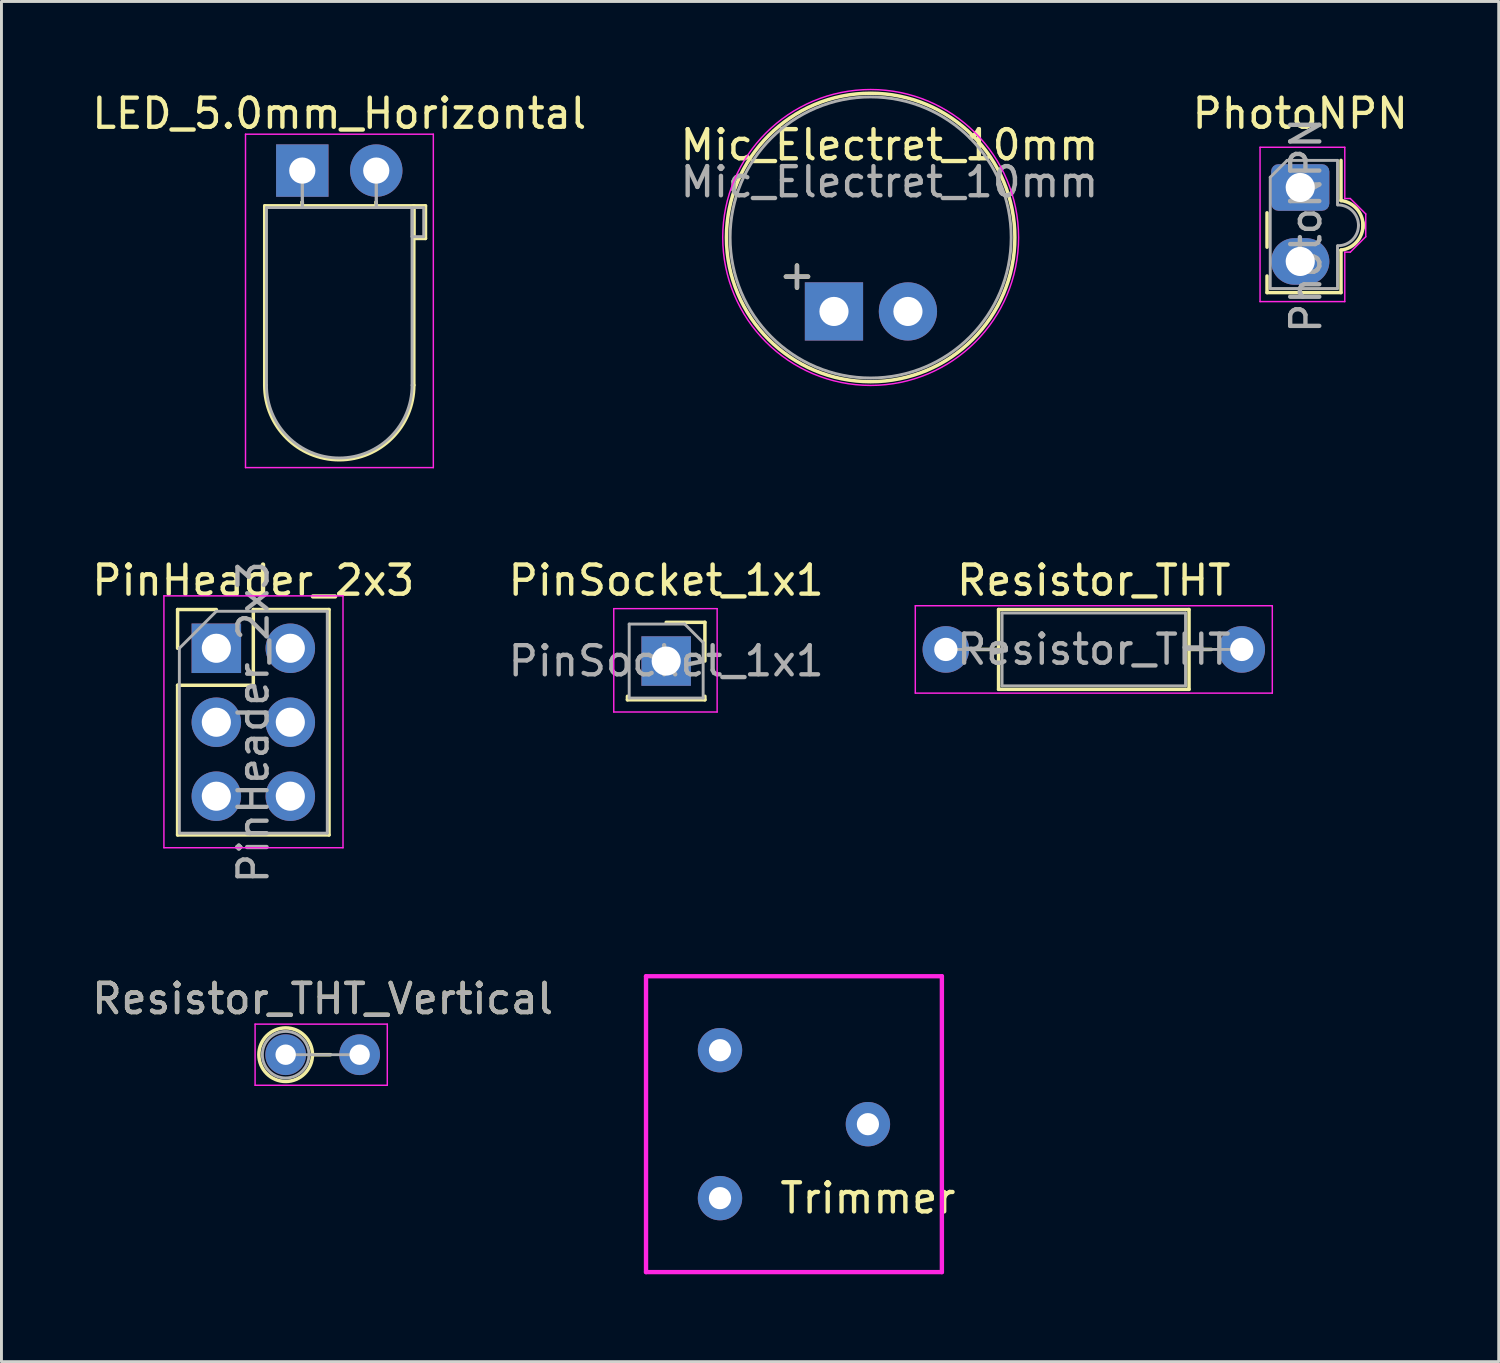
<source format=kicad_pcb>
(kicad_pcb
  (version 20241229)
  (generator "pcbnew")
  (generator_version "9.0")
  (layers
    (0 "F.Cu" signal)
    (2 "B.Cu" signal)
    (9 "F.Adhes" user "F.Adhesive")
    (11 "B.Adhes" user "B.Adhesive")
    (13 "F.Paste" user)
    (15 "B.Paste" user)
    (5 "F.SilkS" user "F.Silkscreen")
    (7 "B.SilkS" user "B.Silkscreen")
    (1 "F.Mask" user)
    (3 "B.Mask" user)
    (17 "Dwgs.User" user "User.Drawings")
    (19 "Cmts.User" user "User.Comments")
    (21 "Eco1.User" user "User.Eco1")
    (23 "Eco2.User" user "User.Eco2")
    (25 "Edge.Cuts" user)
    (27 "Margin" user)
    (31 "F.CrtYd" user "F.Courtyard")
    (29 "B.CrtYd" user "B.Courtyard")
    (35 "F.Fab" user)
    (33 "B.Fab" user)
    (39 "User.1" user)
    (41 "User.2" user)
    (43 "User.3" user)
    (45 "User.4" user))
  (footprint "Trimmer"
    (layer "F.Cu")
    (at 21.675 35.555)
    (property "Reference" "Trimmer" (at 5.08 2.54 0) (layer "F.SilkS") (effects (font (size 1 1) (thickness 0.15))))
    (attr through_hole)
    (fp_line (start -2.54 -5.08) (end -2.54 5.08) (stroke (width 0.15) (type solid)) (layer "F.CrtYd"))
    (fp_line (start -2.54 5.08) (end 7.62 5.08) (stroke (width 0.15) (type solid)) (layer "F.CrtYd"))
    (fp_line (start 7.62 -5.08) (end -2.54 -5.08) (stroke (width 0.15) (type solid)) (layer "F.CrtYd"))
    (fp_line (start 7.62 5.08) (end 7.62 -5.08) (stroke (width 0.15) (type solid)) (layer "F.CrtYd"))
    (pad "1" thru_hole circle (at 0 -2.54) (size 1.524 1.524) (drill 0.762) (layers "*.Cu" "*.Mask"))
    (pad "2" thru_hole circle (at 5.08 0) (size 1.524 1.524) (drill 0.762) (layers "*.Cu" "*.Mask"))
    (pad "3" thru_hole circle (at 0 2.54) (size 1.524 1.524) (drill 0.762) (layers "*.Cu" "*.Mask")))
  (footprint "Resistor_THT"
    (layer "F.Cu")
    (at 29.432 19.252)
    (property "Reference" "Resistor_THT" (at 5.08 -2.37 0) (layer "F.SilkS") (effects (font (size 1 1) (thickness 0.15))))
    (attr through_hole)
    (fp_line (start 1.04 0) (end 1.81 0) (stroke (width 0.12) (type solid)) (layer "F.SilkS"))
    (fp_line (start 1.81 -1.37) (end 1.81 1.37) (stroke (width 0.12) (type solid)) (layer "F.SilkS"))
    (fp_line (start 1.81 1.37) (end 8.35 1.37) (stroke (width 0.12) (type solid)) (layer "F.SilkS"))
    (fp_line (start 8.35 -1.37) (end 1.81 -1.37) (stroke (width 0.12) (type solid)) (layer "F.SilkS"))
    (fp_line (start 8.35 1.37) (end 8.35 -1.37) (stroke (width 0.12) (type solid)) (layer "F.SilkS"))
    (fp_line (start 9.12 0) (end 8.35 0) (stroke (width 0.12) (type solid)) (layer "F.SilkS"))
    (fp_line (start -1.05 -1.5) (end -1.05 1.5) (stroke (width 0.05) (type solid)) (layer "F.CrtYd"))
    (fp_line (start -1.05 1.5) (end 11.21 1.5) (stroke (width 0.05) (type solid)) (layer "F.CrtYd"))
    (fp_line (start 11.21 -1.5) (end -1.05 -1.5) (stroke (width 0.05) (type solid)) (layer "F.CrtYd"))
    (fp_line (start 11.21 1.5) (end 11.21 -1.5) (stroke (width 0.05) (type solid)) (layer "F.CrtYd"))
    (fp_line (start 0 0) (end 1.93 0) (stroke (width 0.1) (type solid)) (layer "F.Fab"))
    (fp_line (start 1.93 -1.25) (end 1.93 1.25) (stroke (width 0.1) (type solid)) (layer "F.Fab"))
    (fp_line (start 1.93 1.25) (end 8.23 1.25) (stroke (width 0.1) (type solid)) (layer "F.Fab"))
    (fp_line (start 8.23 -1.25) (end 1.93 -1.25) (stroke (width 0.1) (type solid)) (layer "F.Fab"))
    (fp_line (start 8.23 1.25) (end 8.23 -1.25) (stroke (width 0.1) (type solid)) (layer "F.Fab"))
    (fp_line (start 10.16 0) (end 8.23 0) (stroke (width 0.1) (type solid)) (layer "F.Fab"))
    (fp_text user "${REFERENCE}" (at 5.08 0 0) (layer "F.Fab") (effects (font (size 1 1) (thickness 0.15))))
    (pad "1" thru_hole circle (at 0 0) (size 1.6 1.6) (drill 0.8) (layers "*.Cu" "*.Mask"))
    (pad "2" thru_hole oval (at 10.16 0) (size 1.6 1.6) (drill 0.8) (layers "*.Cu" "*.Mask")))
  (footprint "PinHeader_2x3"
    (layer "F.Cu")
    (at 4.379 19.212)
    (property "Reference" "PinHeader_2x3" (at 1.27 -2.33 0) (layer "F.SilkS") (effects (font (size 1 1) (thickness 0.15))))
    (attr through_hole)
    (fp_line (start -1.33 -1.33) (end 0 -1.33) (stroke (width 0.12) (type solid)) (layer "F.SilkS"))
    (fp_line (start -1.33 0) (end -1.33 -1.33) (stroke (width 0.12) (type solid)) (layer "F.SilkS"))
    (fp_line (start -1.33 1.27) (end -1.33 6.41) (stroke (width 0.12) (type solid)) (layer "F.SilkS"))
    (fp_line (start -1.33 1.27) (end 1.27 1.27) (stroke (width 0.12) (type solid)) (layer "F.SilkS"))
    (fp_line (start -1.33 6.41) (end 3.87 6.41) (stroke (width 0.12) (type solid)) (layer "F.SilkS"))
    (fp_line (start 1.27 -1.33) (end 3.87 -1.33) (stroke (width 0.12) (type solid)) (layer "F.SilkS"))
    (fp_line (start 1.27 1.27) (end 1.27 -1.33) (stroke (width 0.12) (type solid)) (layer "F.SilkS"))
    (fp_line (start 3.87 -1.33) (end 3.87 6.41) (stroke (width 0.12) (type solid)) (layer "F.SilkS"))
    (fp_line (start -1.8 -1.8) (end -1.8 6.85) (stroke (width 0.05) (type solid)) (layer "F.CrtYd"))
    (fp_line (start -1.8 6.85) (end 4.35 6.85) (stroke (width 0.05) (type solid)) (layer "F.CrtYd"))
    (fp_line (start 4.35 -1.8) (end -1.8 -1.8) (stroke (width 0.05) (type solid)) (layer "F.CrtYd"))
    (fp_line (start 4.35 6.85) (end 4.35 -1.8) (stroke (width 0.05) (type solid)) (layer "F.CrtYd"))
    (fp_line (start -1.27 0) (end 0 -1.27) (stroke (width 0.1) (type solid)) (layer "F.Fab"))
    (fp_line (start -1.27 6.35) (end -1.27 0) (stroke (width 0.1) (type solid)) (layer "F.Fab"))
    (fp_line (start 0 -1.27) (end 3.81 -1.27) (stroke (width 0.1) (type solid)) (layer "F.Fab"))
    (fp_line (start 3.81 -1.27) (end 3.81 6.35) (stroke (width 0.1) (type solid)) (layer "F.Fab"))
    (fp_line (start 3.81 6.35) (end -1.27 6.35) (stroke (width 0.1) (type solid)) (layer "F.Fab"))
    (fp_text user "${REFERENCE}" (at 1.27 2.54 90) (layer "F.Fab") (effects (font (size 1 1) (thickness 0.15))))
    (pad "1" thru_hole rect (at 0 0) (size 1.7 1.7) (drill 1) (layers "*.Cu" "*.Mask"))
    (pad "2" thru_hole oval (at 2.54 0) (size 1.7 1.7) (drill 1) (layers "*.Cu" "*.Mask"))
    (pad "3" thru_hole oval (at 0 2.54) (size 1.7 1.7) (drill 1) (layers "*.Cu" "*.Mask"))
    (pad "4" thru_hole oval (at 2.54 2.54) (size 1.7 1.7) (drill 1) (layers "*.Cu" "*.Mask"))
    (pad "5" thru_hole oval (at 0 5.08) (size 1.7 1.7) (drill 1) (layers "*.Cu" "*.Mask"))
    (pad "6" thru_hole oval (at 2.54 5.08) (size 1.7 1.7) (drill 1) (layers "*.Cu" "*.Mask")))
  (footprint "LED_5.0mm_Horizontal"
    (layer "F.Cu")
    (at 7.331 2.808)
    (property "Reference" "LED_5.0mm_Horizontal" (at 1.27 -1.96 0) (layer "F.SilkS") (effects (font (size 1 1) (thickness 0.15))))
    (attr through_hole)
    (fp_line (start -1.29 1.21) (end -1.29 7.37) (stroke (width 0.12) (type solid)) (layer "F.SilkS"))
    (fp_line (start -1.29 1.21) (end 3.83 1.21) (stroke (width 0.12) (type solid)) (layer "F.SilkS"))
    (fp_line (start 0 1.08) (end 0 1.08) (stroke (width 0.12) (type solid)) (layer "F.SilkS"))
    (fp_line (start 0 1.08) (end 0 1.21) (stroke (width 0.12) (type solid)) (layer "F.SilkS"))
    (fp_line (start 0 1.21) (end 0 1.08) (stroke (width 0.12) (type solid)) (layer "F.SilkS"))
    (fp_line (start 0 1.21) (end 0 1.21) (stroke (width 0.12) (type solid)) (layer "F.SilkS"))
    (fp_line (start 2.54 1.08) (end 2.54 1.08) (stroke (width 0.12) (type solid)) (layer "F.SilkS"))
    (fp_line (start 2.54 1.08) (end 2.54 1.21) (stroke (width 0.12) (type solid)) (layer "F.SilkS"))
    (fp_line (start 2.54 1.21) (end 2.54 1.08) (stroke (width 0.12) (type solid)) (layer "F.SilkS"))
    (fp_line (start 2.54 1.21) (end 2.54 1.21) (stroke (width 0.12) (type solid)) (layer "F.SilkS"))
    (fp_line (start 3.83 1.21) (end 3.83 7.37) (stroke (width 0.12) (type solid)) (layer "F.SilkS"))
    (fp_line (start 3.83 1.21) (end 4.23 1.21) (stroke (width 0.12) (type solid)) (layer "F.SilkS"))
    (fp_line (start 3.83 2.33) (end 3.83 1.21) (stroke (width 0.12) (type solid)) (layer "F.SilkS"))
    (fp_line (start 4.23 1.21) (end 4.23 2.33) (stroke (width 0.12) (type solid)) (layer "F.SilkS"))
    (fp_line (start 4.23 2.33) (end 3.83 2.33) (stroke (width 0.12) (type solid)) (layer "F.SilkS"))
    (fp_arc (start 3.83 7.37) (mid 1.27 9.93) (end -1.29 7.37) (stroke (width 0.12) (type solid)) (layer "F.SilkS"))
    (fp_line (start -1.95 -1.25) (end -1.95 10.2) (stroke (width 0.05) (type solid)) (layer "F.CrtYd"))
    (fp_line (start -1.95 10.2) (end 4.5 10.2) (stroke (width 0.05) (type solid)) (layer "F.CrtYd"))
    (fp_line (start 4.5 -1.25) (end -1.95 -1.25) (stroke (width 0.05) (type solid)) (layer "F.CrtYd"))
    (fp_line (start 4.5 10.2) (end 4.5 -1.25) (stroke (width 0.05) (type solid)) (layer "F.CrtYd"))
    (fp_line (start -1.23 1.27) (end -1.23 7.37) (stroke (width 0.1) (type solid)) (layer "F.Fab"))
    (fp_line (start -1.23 1.27) (end 3.77 1.27) (stroke (width 0.1) (type solid)) (layer "F.Fab"))
    (fp_line (start 0 0) (end 0 0) (stroke (width 0.1) (type solid)) (layer "F.Fab"))
    (fp_line (start 0 0) (end 0 1.27) (stroke (width 0.1) (type solid)) (layer "F.Fab"))
    (fp_line (start 0 1.27) (end 0 0) (stroke (width 0.1) (type solid)) (layer "F.Fab"))
    (fp_line (start 0 1.27) (end 0 1.27) (stroke (width 0.1) (type solid)) (layer "F.Fab"))
    (fp_line (start 2.54 0) (end 2.54 0) (stroke (width 0.1) (type solid)) (layer "F.Fab"))
    (fp_line (start 2.54 0) (end 2.54 1.27) (stroke (width 0.1) (type solid)) (layer "F.Fab"))
    (fp_line (start 2.54 1.27) (end 2.54 0) (stroke (width 0.1) (type solid)) (layer "F.Fab"))
    (fp_line (start 2.54 1.27) (end 2.54 1.27) (stroke (width 0.1) (type solid)) (layer "F.Fab"))
    (fp_line (start 3.77 1.27) (end 3.77 7.37) (stroke (width 0.1) (type solid)) (layer "F.Fab"))
    (fp_line (start 3.77 1.27) (end 4.17 1.27) (stroke (width 0.1) (type solid)) (layer "F.Fab"))
    (fp_line (start 3.77 2.27) (end 3.77 1.27) (stroke (width 0.1) (type solid)) (layer "F.Fab"))
    (fp_line (start 4.17 1.27) (end 4.17 2.27) (stroke (width 0.1) (type solid)) (layer "F.Fab"))
    (fp_line (start 4.17 2.27) (end 3.77 2.27) (stroke (width 0.1) (type solid)) (layer "F.Fab"))
    (fp_arc (start 3.77 7.37) (mid 1.27 9.87) (end -1.23 7.37) (stroke (width 0.1) (type solid)) (layer "F.Fab"))
    (pad "1" thru_hole rect (at 0 0) (size 1.8 1.8) (drill 0.9) (layers "*.Cu" "*.Mask"))
    (pad "2" thru_hole circle (at 2.54 0) (size 1.8 1.8) (drill 0.9) (layers "*.Cu" "*.Mask")))
  (footprint "Mic_Electret_10mm"
    (layer "F.Cu")
    (at 25.589 7.645)
    (property "Reference" "Mic_Electret_10mm" (at 1.905 -5.715 0) (layer "F.SilkS") (effects (font (size 1 1) (thickness 0.15))))
    (attr through_hole)
    (fp_circle (center 1.26 -2.54) (end 6.213 -2.54) (stroke (width 0.12) (type solid)) (fill no) (layer "F.SilkS"))
    (fp_circle (center 1.26 -2.54) (end 6.34 -2.54) (stroke (width 0.05) (type solid)) (fill no) (layer "F.CrtYd"))
    (fp_circle (center 1.26 -2.54) (end 6.086 -2.54) (stroke (width 0.1) (type solid)) (fill no) (layer "F.Fab"))
    (fp_text user "+" (at -1.27 -1.27 0) (layer "F.SilkS") (effects (font (size 1 1) (thickness 0.15))))
    (fp_text user "+" (at -1.27 -1.27 0) (layer "F.Fab") (effects (font (size 1 1) (thickness 0.15))))
    (fp_text user "${REFERENCE}" (at 1.905 -4.445 0) (layer "F.Fab") (effects (font (size 1 1) (thickness 0.15))))
    (pad "1" thru_hole rect (at 0 0) (size 2 2) (drill 1) (layers "*.Cu" "*.Mask"))
    (pad "2" thru_hole circle (at 2.54 0) (size 2 2) (drill 1) (layers "*.Cu" "*.Mask")))
  (footprint "Resistor_THT_Vertical"
    (layer "F.Cu")
    (at 6.76 33.169)
    (property "Reference" "Resistor_THT_Vertical" (at 1.27 -1.92 0) (layer "F.SilkS") (effects (font (size 1 1) (thickness 0.15))))
    (attr through_hole)
    (fp_line (start 0.92 0) (end 1.54 0) (stroke (width 0.12) (type solid)) (layer "F.SilkS"))
    (fp_circle (center 0 0) (end 0.92 0) (stroke (width 0.12) (type solid)) (fill no) (layer "F.SilkS"))
    (fp_line (start -1.05 -1.05) (end -1.05 1.05) (stroke (width 0.05) (type solid)) (layer "F.CrtYd"))
    (fp_line (start -1.05 1.05) (end 3.49 1.05) (stroke (width 0.05) (type solid)) (layer "F.CrtYd"))
    (fp_line (start 3.49 -1.05) (end -1.05 -1.05) (stroke (width 0.05) (type solid)) (layer "F.CrtYd"))
    (fp_line (start 3.49 1.05) (end 3.49 -1.05) (stroke (width 0.05) (type solid)) (layer "F.CrtYd"))
    (fp_line (start 0 0) (end 2.54 0) (stroke (width 0.1) (type solid)) (layer "F.Fab"))
    (fp_circle (center 0 0) (end 0.8 0) (stroke (width 0.1) (type solid)) (fill no) (layer "F.Fab"))
    (fp_text user "${REFERENCE}" (at 1.27 -1.92 0) (layer "F.Fab") (effects (font (size 1 1) (thickness 0.15))))
    (pad "1" thru_hole circle (at 0 0) (size 1.4 1.4) (drill 0.7) (layers "*.Cu" "*.Mask"))
    (pad "2" thru_hole oval (at 2.54 0) (size 1.4 1.4) (drill 0.7) (layers "*.Cu" "*.Mask")))
  (footprint "PinSocket_1x1"
    (layer "F.Cu")
    (at 19.827 19.651)
    (property "Reference" "PinSocket_1x1" (at 0 -2.77 0) (layer "F.SilkS") (effects (font (size 1 1) (thickness 0.15))))
    (attr through_hole)
    (fp_line (start -1.33 1.21) (end -1.33 1.33) (stroke (width 0.12) (type solid)) (layer "F.SilkS"))
    (fp_line (start -1.33 1.33) (end 1.33 1.33) (stroke (width 0.12) (type solid)) (layer "F.SilkS"))
    (fp_line (start 0 -1.33) (end 1.33 -1.33) (stroke (width 0.12) (type solid)) (layer "F.SilkS"))
    (fp_line (start 1.33 -1.33) (end 1.33 0) (stroke (width 0.12) (type solid)) (layer "F.SilkS"))
    (fp_line (start 1.33 1.21) (end 1.33 1.33) (stroke (width 0.12) (type solid)) (layer "F.SilkS"))
    (fp_line (start -1.8 -1.8) (end 1.75 -1.8) (stroke (width 0.05) (type solid)) (layer "F.CrtYd"))
    (fp_line (start -1.8 1.75) (end -1.8 -1.8) (stroke (width 0.05) (type solid)) (layer "F.CrtYd"))
    (fp_line (start 1.75 -1.8) (end 1.75 1.75) (stroke (width 0.05) (type solid)) (layer "F.CrtYd"))
    (fp_line (start 1.75 1.75) (end -1.8 1.75) (stroke (width 0.05) (type solid)) (layer "F.CrtYd"))
    (fp_line (start -1.27 -1.27) (end 0.635 -1.27) (stroke (width 0.1) (type solid)) (layer "F.Fab"))
    (fp_line (start -1.27 1.27) (end -1.27 -1.27) (stroke (width 0.1) (type solid)) (layer "F.Fab"))
    (fp_line (start 0.635 -1.27) (end 1.27 -0.635) (stroke (width 0.1) (type solid)) (layer "F.Fab"))
    (fp_line (start 1.27 -0.635) (end 1.27 1.27) (stroke (width 0.1) (type solid)) (layer "F.Fab"))
    (fp_line (start 1.27 1.27) (end -1.27 1.27) (stroke (width 0.1) (type solid)) (layer "F.Fab"))
    (fp_text user "${REFERENCE}" (at 0 0 0) (layer "F.Fab") (effects (font (size 1 1) (thickness 0.15))))
    (pad "1" thru_hole rect (at 0 0) (size 1.7 1.7) (drill 1) (layers "*.Cu" "*.Mask")))
  (footprint "PhotoNPN"
    (layer "F.Cu")
    (at 41.601 3.388)
    (property "Reference" "PhotoNPN" (at 0 -2.54 0) (layer "F.SilkS") (effects (font (size 1 1) (thickness 0.15))))
    (attr through_hole)
    (fp_line (start -1.14 2.05) (end -1.14 0.87) (stroke (width 0.12) (type solid)) (layer "F.SilkS"))
    (fp_line (start -1.14 3.61) (end -1.14 3.04) (stroke (width 0.12) (type solid)) (layer "F.SilkS"))
    (fp_line (start 1.4 -0.93) (end 1.4 0.45) (stroke (width 0.12) (type solid)) (layer "F.SilkS"))
    (fp_line (start 1.4 2.15) (end 1.4 3.61) (stroke (width 0.12) (type solid)) (layer "F.SilkS"))
    (fp_line (start 1.4 3.61) (end -1.14 3.61) (stroke (width 0.12) (type solid)) (layer "F.SilkS"))
    (fp_arc (start 1.4 0.45) (mid 1.971751 0.76967) (end 2.15 1.4) (stroke (width 0.12) (type solid)) (layer "F.SilkS"))
    (fp_arc (start 2.15 1.2) (mid 1.971751 1.83033) (end 1.4 2.15) (stroke (width 0.12) (type solid)) (layer "F.SilkS"))
    (fp_line (start -1.38 -1.38) (end 1.53 -1.38) (stroke (width 0.05) (type solid)) (layer "F.CrtYd"))
    (fp_line (start -1.38 3.92) (end -1.38 -1.38) (stroke (width 0.05) (type solid)) (layer "F.CrtYd"))
    (fp_line (start 1.53 -1.38) (end 1.53 0.38) (stroke (width 0.05) (type solid)) (layer "F.CrtYd"))
    (fp_line (start 1.53 0.38) (end 1.72 0.38) (stroke (width 0.05) (type solid)) (layer "F.CrtYd"))
    (fp_line (start 1.53 2.22) (end 1.53 3.92) (stroke (width 0.05) (type solid)) (layer "F.CrtYd"))
    (fp_line (start 1.53 2.22) (end 1.72 2.22) (stroke (width 0.05) (type solid)) (layer "F.CrtYd"))
    (fp_line (start 1.53 3.92) (end -1.38 3.92) (stroke (width 0.05) (type solid)) (layer "F.CrtYd"))
    (fp_line (start 1.72 2.22) (end 2.25 1.69) (stroke (width 0.05) (type solid)) (layer "F.CrtYd"))
    (fp_line (start 2.25 0.91) (end 1.72 0.38) (stroke (width 0.05) (type solid)) (layer "F.CrtYd"))
    (fp_line (start 2.25 1.69) (end 2.25 0.91) (stroke (width 0.05) (type solid)) (layer "F.CrtYd"))
    (fp_line (start -1.03 3.47) (end -1.03 -0.35) (stroke (width 0.1) (type solid)) (layer "F.Fab"))
    (fp_line (start -0.45 -0.93) (end -1.03 -0.35) (stroke (width 0.1) (type solid)) (layer "F.Fab"))
    (fp_line (start -0.45 -0.93) (end 1.28 -0.93) (stroke (width 0.1) (type solid)) (layer "F.Fab"))
    (fp_line (start 1.28 -0.93) (end 1.28 0.6) (stroke (width 0.1) (type solid)) (layer "F.Fab"))
    (fp_line (start 1.28 3.47) (end -1.03 3.47) (stroke (width 0.1) (type solid)) (layer "F.Fab"))
    (fp_line (start 1.28 3.47) (end 1.28 2) (stroke (width 0.1) (type solid)) (layer "F.Fab"))
    (fp_arc (start 1.3 0.6) (mid 1.794975 0.805025) (end 2 1.3) (stroke (width 0.1) (type solid)) (layer "F.Fab"))
    (fp_arc (start 2 1.3) (mid 1.794975 1.794975) (end 1.3 2) (stroke (width 0.1) (type solid)) (layer "F.Fab"))
    (fp_text user "${REFERENCE}" (at 0.2 1.3 90) (layer "F.Fab") (effects (font (size 1 1) (thickness 0.15))))
    (pad "1" thru_hole roundrect (at 0 0) (size 2 1.6) (drill 1) (layers "*.Cu" "*.Mask") (roundrect_rratio 0.156))
    (pad "2" thru_hole oval (at 0 2.54) (size 2 1.6) (drill 1) (layers "*.Cu" "*.Mask")))
  (gr_rect
    (start -3 -3)
    (end 48.417 43.71)
    (stroke (width 0.1) (type default))
    (fill no)
    (layer "Edge.Cuts")))
</source>
